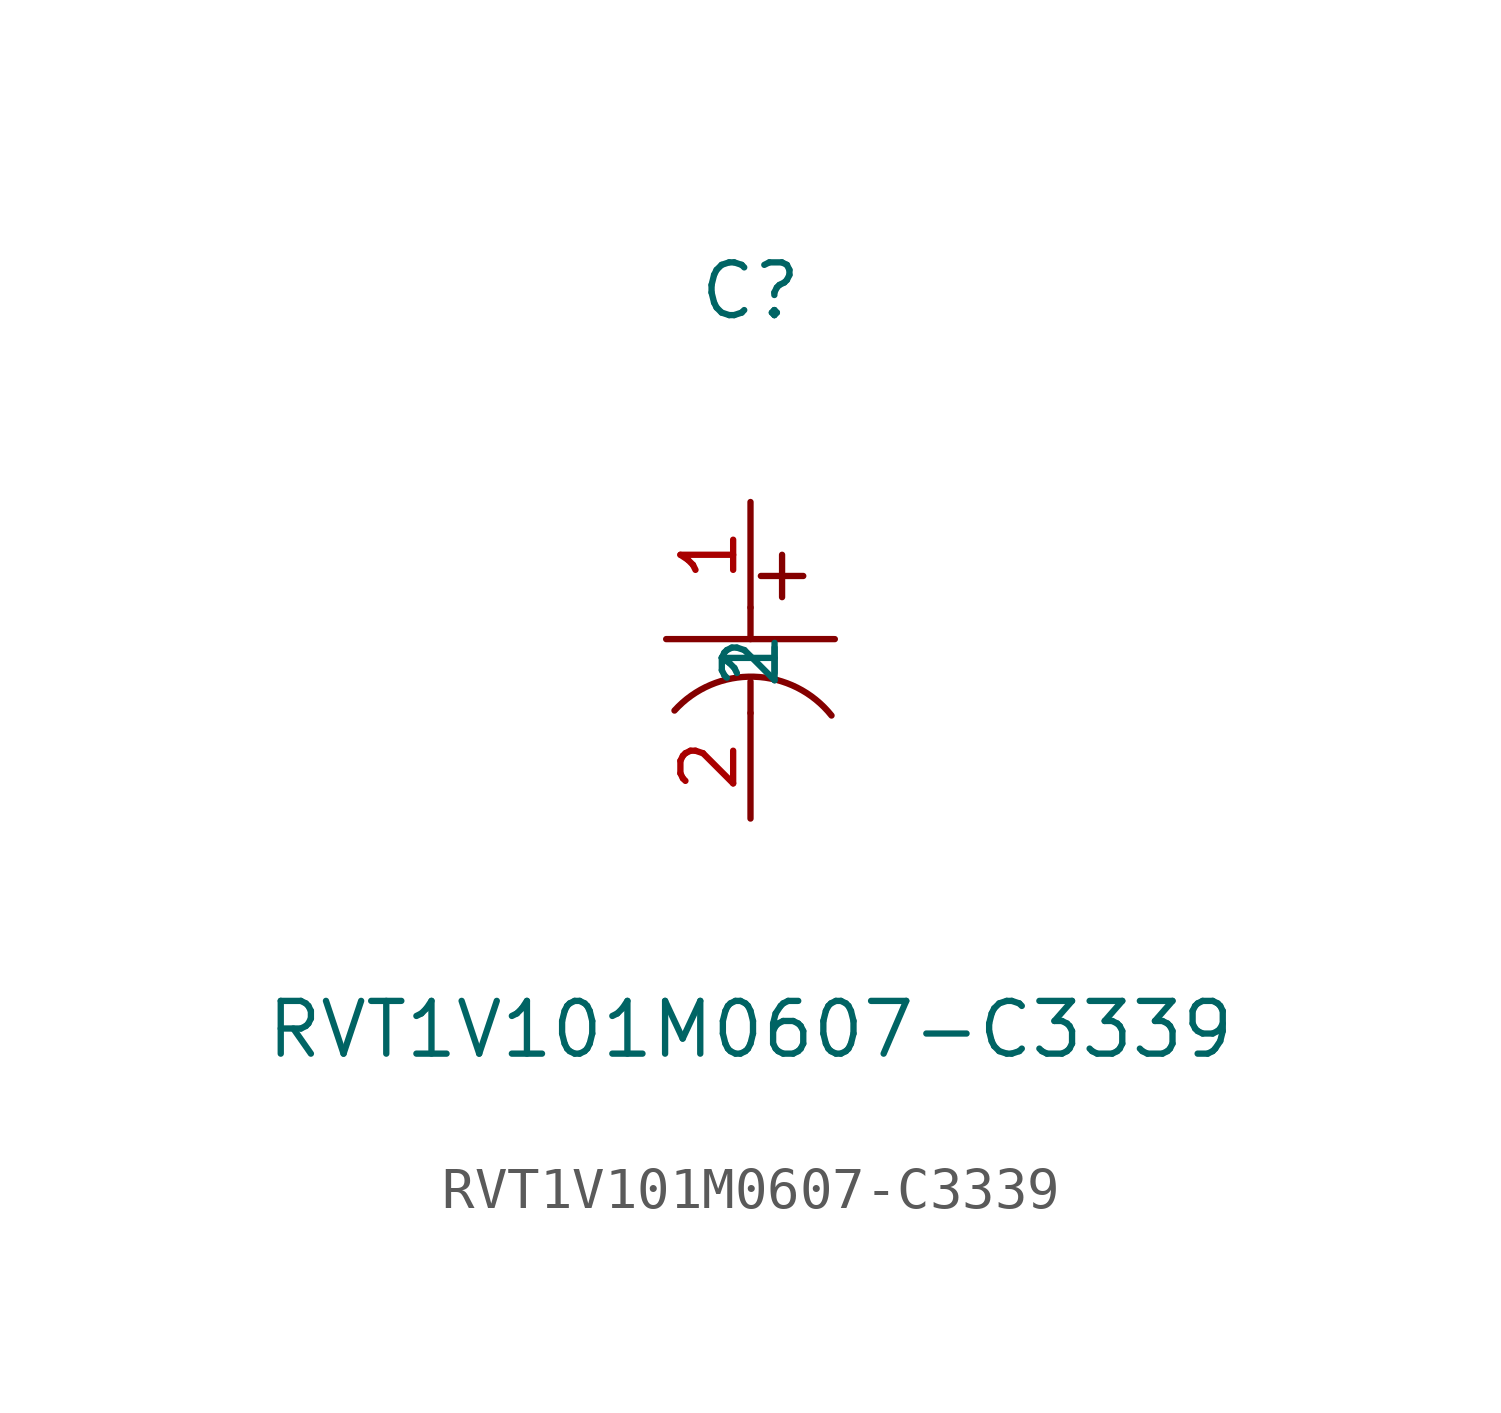
<source format=kicad_sym>
(kicad_symbol_lib
  (version 1)
  (generator "faebryk")
  (symbol "RVT1V101M0607-C3339"
    (property "Reference" "C"
      (at 0 8.89 0)
      (effects (font (size 1.27 1.27)) (hide no)))
    (property "Value" "RVT1V101M0607-C3339"
      (at 0 -8.89 0)
      (effects (font (size 1.27 1.27)) (hide no)))
    (symbol "RVT1V101M0607-C3339_0_1"
      (polyline (stroke (width 0) (type default) (color 0 0 0 0)) (fill (type none)) (pts (xy 2.03 0.51) (xy -2.03 0.51)))
      (polyline (stroke (width 0) (type default) (color 0 0 0 0)) (fill (type none)) (pts (xy 0 1.27) (xy 0 0.51)))
      (polyline (stroke (width 0) (type default) (color 0 0 0 0)) (fill (type none)) (pts (xy 0 -0.51) (xy 0 -1.27)))
      (polyline (stroke (width 0) (type default) (color 0 0 0 0)) (fill (type none)) (pts (xy 0.76 2.54) (xy 0.76 1.52)))
      (polyline (stroke (width 0) (type default) (color 0 0 0 0)) (fill (type none)) (pts (xy 1.27 2.03) (xy 0.25 2.03)))
      (arc (start 1.95 -1.33) (mid -1.57 -4.79) (end -1.83 -1.21) (stroke (width 0) (type default) (color 0 0 0 0)) (fill (type none)))
      (pin input line (at 0 3.81 270) (length 2.54) (name "1" (effects (font (size 1.27 1.27)) (hide no))) (number "1" (effects (font (size 1.27 1.27)) (hide no))))
      (pin input line (at 0 -3.81 90) (length 2.54) (name "2" (effects (font (size 1.27 1.27)) (hide no))) (number "2" (effects (font (size 1.27 1.27)) (hide no)))))))
</source>
